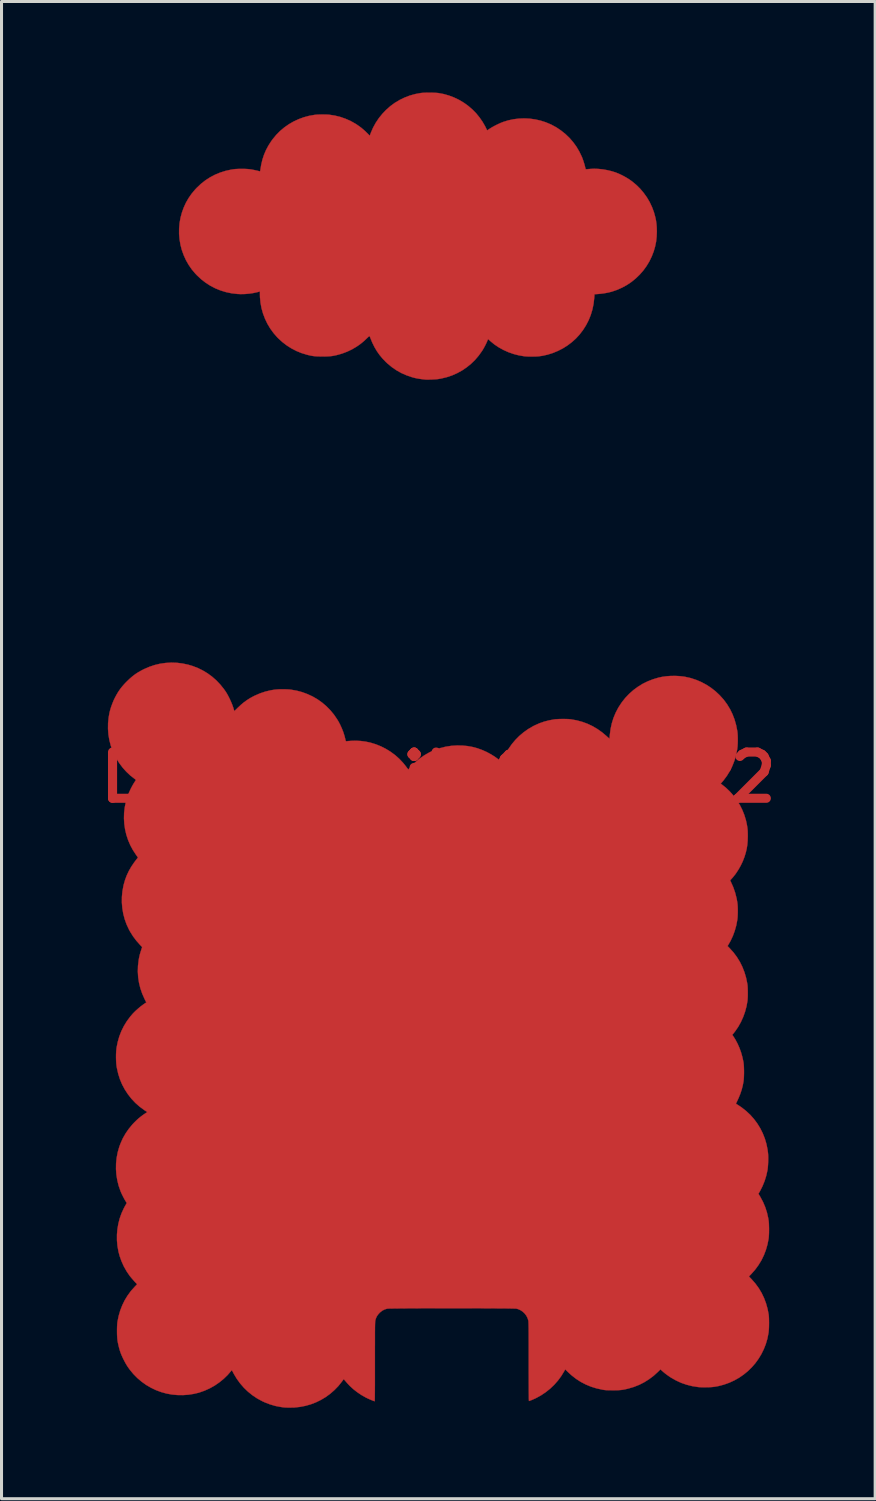
<source format=kicad_pcb>
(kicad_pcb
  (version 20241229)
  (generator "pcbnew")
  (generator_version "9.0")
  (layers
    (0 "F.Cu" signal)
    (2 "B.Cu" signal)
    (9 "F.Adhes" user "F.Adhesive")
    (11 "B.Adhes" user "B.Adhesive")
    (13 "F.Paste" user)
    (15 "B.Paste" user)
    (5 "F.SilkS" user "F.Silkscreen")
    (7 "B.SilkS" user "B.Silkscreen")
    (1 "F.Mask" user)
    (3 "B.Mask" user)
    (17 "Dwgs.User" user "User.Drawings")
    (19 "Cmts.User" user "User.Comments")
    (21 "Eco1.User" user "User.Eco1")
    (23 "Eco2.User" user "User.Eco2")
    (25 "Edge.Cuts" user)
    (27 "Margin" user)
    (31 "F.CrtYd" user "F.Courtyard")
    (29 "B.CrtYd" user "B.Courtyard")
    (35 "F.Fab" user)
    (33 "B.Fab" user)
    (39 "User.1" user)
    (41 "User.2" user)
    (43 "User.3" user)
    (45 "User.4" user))
  (footprint "LlamaWhiteCopper2"
    (layer "F.Cu")
    (at 11.401 22.578)
    (property "Reference" "LlamaWhiteCopper2" (at 0 0 0) (layer "F.Cu") (effects (font (size 1.524 1.524) (thickness 0.3))))
    (attr through_hole)
    (fp_poly (pts (xy -0.244 -22.573) (xy -0.168 -22.571) (xy -0.098 -22.568) (xy -0.037 -22.564) (xy 0.002 -22.56) (xy 0.179 -22.527) (xy 0.353 -22.477) (xy 0.523 -22.412) (xy 0.687 -22.333) (xy 0.844 -22.239) (xy 0.993 -22.131) (xy 1.132 -22.01) (xy 1.134 -22.008) (xy 1.249 -21.89) (xy 1.356 -21.758) (xy 1.453 -21.619) (xy 1.537 -21.475) (xy 1.556 -21.437) (xy 1.609 -21.33) (xy 1.7 -21.389) (xy 1.759 -21.426) (xy 1.829 -21.465) (xy 1.905 -21.505) (xy 1.983 -21.542) (xy 2.057 -21.576) (xy 2.123 -21.602) (xy 2.127 -21.604) (xy 2.298 -21.658) (xy 2.474 -21.696) (xy 2.653 -21.718) (xy 2.834 -21.725) (xy 3.014 -21.716) (xy 3.194 -21.691) (xy 3.371 -21.651) (xy 3.543 -21.596) (xy 3.711 -21.525) (xy 3.73 -21.516) (xy 3.895 -21.426) (xy 4.049 -21.322) (xy 4.193 -21.206) (xy 4.326 -21.078) (xy 4.446 -20.939) (xy 4.554 -20.79) (xy 4.648 -20.63) (xy 4.729 -20.462) (xy 4.747 -20.419) (xy 4.77 -20.355) (xy 4.794 -20.283) (xy 4.816 -20.211) (xy 4.834 -20.143) (xy 4.844 -20.099) (xy 4.851 -20.071) (xy 4.857 -20.055) (xy 4.865 -20.049) (xy 4.876 -20.048) (xy 4.892 -20.049) (xy 4.921 -20.051) (xy 4.959 -20.055) (xy 5.002 -20.058) (xy 5.009 -20.059) (xy 5.141 -20.065) (xy 5.281 -20.059) (xy 5.426 -20.044) (xy 5.571 -20.018) (xy 5.714 -19.984) (xy 5.85 -19.941) (xy 5.865 -19.935) (xy 5.969 -19.892) (xy 6.079 -19.839) (xy 6.19 -19.778) (xy 6.295 -19.713) (xy 6.384 -19.65) (xy 6.524 -19.534) (xy 6.654 -19.406) (xy 6.771 -19.267) (xy 6.877 -19.119) (xy 6.969 -18.962) (xy 7.046 -18.798) (xy 7.109 -18.629) (xy 7.155 -18.459) (xy 7.177 -18.351) (xy 7.191 -18.246) (xy 7.2 -18.139) (xy 7.203 -18.023) (xy 7.204 -17.998) (xy 7.197 -17.824) (xy 7.179 -17.659) (xy 7.146 -17.499) (xy 7.1 -17.341) (xy 7.039 -17.182) (xy 7.037 -17.177) (xy 6.958 -17.013) (xy 6.864 -16.857) (xy 6.757 -16.71) (xy 6.638 -16.574) (xy 6.508 -16.449) (xy 6.368 -16.335) (xy 6.218 -16.234) (xy 6.06 -16.147) (xy 5.894 -16.073) (xy 5.722 -16.014) (xy 5.603 -15.984) (xy 5.526 -15.969) (xy 5.439 -15.955) (xy 5.347 -15.943) (xy 5.256 -15.935) (xy 5.23 -15.933) (xy 5.149 -15.928) (xy 5.139 -15.799) (xy 5.117 -15.608) (xy 5.079 -15.423) (xy 5.025 -15.245) (xy 4.956 -15.073) (xy 4.871 -14.908) (xy 4.771 -14.75) (xy 4.656 -14.6) (xy 4.652 -14.595) (xy 4.532 -14.465) (xy 4.399 -14.346) (xy 4.256 -14.238) (xy 4.103 -14.142) (xy 3.942 -14.06) (xy 3.776 -13.991) (xy 3.604 -13.937) (xy 3.43 -13.898) (xy 3.308 -13.881) (xy 3.25 -13.877) (xy 3.18 -13.874) (xy 3.104 -13.873) (xy 3.025 -13.873) (xy 2.949 -13.875) (xy 2.881 -13.879) (xy 2.827 -13.884) (xy 2.651 -13.914) (xy 2.478 -13.959) (xy 2.309 -14.018) (xy 2.147 -14.091) (xy 1.993 -14.176) (xy 1.848 -14.273) (xy 1.715 -14.382) (xy 1.699 -14.397) (xy 1.674 -14.42) (xy 1.653 -14.437) (xy 1.641 -14.446) (xy 1.639 -14.447) (xy 1.635 -14.438) (xy 1.626 -14.417) (xy 1.614 -14.389) (xy 1.609 -14.376) (xy 1.581 -14.313) (xy 1.546 -14.242) (xy 1.507 -14.169) (xy 1.468 -14.101) (xy 1.442 -14.06) (xy 1.331 -13.905) (xy 1.21 -13.763) (xy 1.077 -13.634) (xy 0.934 -13.518) (xy 0.782 -13.415) (xy 0.622 -13.327) (xy 0.453 -13.252) (xy 0.276 -13.193) (xy 0.093 -13.149) (xy -0.013 -13.131) (xy -0.05 -13.127) (xy -0.098 -13.123) (xy -0.154 -13.12) (xy -0.214 -13.117) (xy -0.273 -13.115) (xy -0.33 -13.114) (xy -0.378 -13.114) (xy -0.415 -13.115) (xy -0.427 -13.115) (xy -0.531 -13.127) (xy -0.622 -13.139) (xy -0.704 -13.153) (xy -0.781 -13.17) (xy -0.856 -13.19) (xy -0.879 -13.197) (xy -1.056 -13.258) (xy -1.225 -13.333) (xy -1.386 -13.424) (xy -1.538 -13.529) (xy -1.682 -13.649) (xy -1.73 -13.694) (xy -1.84 -13.809) (xy -1.939 -13.928) (xy -2.027 -14.053) (xy -2.106 -14.187) (xy -2.178 -14.333) (xy -2.243 -14.491) (xy -2.263 -14.544) (xy -2.267 -14.548) (xy -2.274 -14.547) (xy -2.287 -14.538) (xy -2.308 -14.521) (xy -2.337 -14.493) (xy -2.365 -14.467) (xy -2.436 -14.399) (xy -2.502 -14.342) (xy -2.568 -14.289) (xy -2.64 -14.238) (xy -2.696 -14.2) (xy -2.846 -14.111) (xy -3.006 -14.035) (xy -3.172 -13.972) (xy -3.297 -13.936) (xy -3.367 -13.918) (xy -3.428 -13.905) (xy -3.485 -13.894) (xy -3.54 -13.887) (xy -3.598 -13.882) (xy -3.662 -13.878) (xy -3.736 -13.877) (xy -3.817 -13.876) (xy -3.903 -13.877) (xy -3.976 -13.879) (xy -4.04 -13.882) (xy -4.097 -13.887) (xy -4.153 -13.895) (xy -4.21 -13.905) (xy -4.272 -13.919) (xy -4.339 -13.936) (xy -4.512 -13.989) (xy -4.679 -14.057) (xy -4.841 -14.141) (xy -4.996 -14.239) (xy -5.141 -14.35) (xy -5.277 -14.474) (xy -5.312 -14.509) (xy -5.433 -14.648) (xy -5.541 -14.797) (xy -5.635 -14.954) (xy -5.714 -15.119) (xy -5.779 -15.29) (xy -5.829 -15.466) (xy -5.862 -15.646) (xy -5.88 -15.829) (xy -5.882 -15.93) (xy -5.882 -16.019) (xy -5.973 -15.995) (xy -6.101 -15.967) (xy -6.238 -15.947) (xy -6.379 -15.935) (xy -6.517 -15.932) (xy -6.624 -15.937) (xy -6.815 -15.959) (xy -7 -15.998) (xy -7.178 -16.052) (xy -7.348 -16.121) (xy -7.511 -16.205) (xy -7.666 -16.304) (xy -7.814 -16.418) (xy -7.953 -16.547) (xy -8.013 -16.61) (xy -8.13 -16.749) (xy -8.232 -16.897) (xy -8.321 -17.053) (xy -8.395 -17.216) (xy -8.456 -17.385) (xy -8.501 -17.558) (xy -8.531 -17.734) (xy -8.547 -17.913) (xy -8.546 -18.093) (xy -8.531 -18.273) (xy -8.499 -18.452) (xy -8.455 -18.616) (xy -8.394 -18.786) (xy -8.321 -18.945) (xy -8.235 -19.095) (xy -8.136 -19.238) (xy -8.021 -19.376) (xy -7.961 -19.44) (xy -7.825 -19.568) (xy -7.679 -19.683) (xy -7.524 -19.783) (xy -7.361 -19.869) (xy -7.191 -19.939) (xy -7.013 -19.995) (xy -6.828 -20.036) (xy -6.75 -20.048) (xy -6.685 -20.055) (xy -6.608 -20.059) (xy -6.524 -20.061) (xy -6.437 -20.061) (xy -6.353 -20.059) (xy -6.275 -20.054) (xy -6.21 -20.047) (xy -6.165 -20.041) (xy -6.114 -20.031) (xy -6.06 -20.021) (xy -6.007 -20.009) (xy -5.958 -19.998) (xy -5.919 -19.988) (xy -5.891 -19.98) (xy -5.889 -19.979) (xy -5.88 -19.978) (xy -5.875 -19.988) (xy -5.87 -20.01) (xy -5.87 -20.014) (xy -5.84 -20.195) (xy -5.8 -20.365) (xy -5.747 -20.526) (xy -5.682 -20.679) (xy -5.603 -20.827) (xy -5.51 -20.972) (xy -5.463 -21.037) (xy -5.347 -21.178) (xy -5.219 -21.308) (xy -5.08 -21.425) (xy -4.931 -21.53) (xy -4.774 -21.621) (xy -4.609 -21.698) (xy -4.438 -21.761) (xy -4.261 -21.809) (xy -4.079 -21.841) (xy -4.041 -21.845) (xy -3.994 -21.849) (xy -3.934 -21.851) (xy -3.867 -21.853) (xy -3.796 -21.853) (xy -3.727 -21.852) (xy -3.663 -21.85) (xy -3.61 -21.847) (xy -3.593 -21.845) (xy -3.411 -21.817) (xy -3.232 -21.773) (xy -3.06 -21.713) (xy -2.894 -21.64) (xy -2.737 -21.552) (xy -2.696 -21.526) (xy -2.615 -21.47) (xy -2.543 -21.417) (xy -2.477 -21.362) (xy -2.409 -21.301) (xy -2.36 -21.253) (xy -2.261 -21.155) (xy -2.226 -21.248) (xy -2.151 -21.42) (xy -2.062 -21.582) (xy -1.958 -21.737) (xy -1.84 -21.882) (xy -1.725 -22.002) (xy -1.586 -22.126) (xy -1.437 -22.236) (xy -1.279 -22.331) (xy -1.114 -22.411) (xy -0.942 -22.477) (xy -0.762 -22.527) (xy -0.58 -22.561) (xy -0.531 -22.566) (xy -0.47 -22.57) (xy -0.399 -22.572) (xy -0.322 -22.573) (xy -0.244 -22.573)) (stroke (width 0.01) (type solid)) (fill yes) (layer "F.Cu"))
    (fp_poly (pts (xy -8.62 -3.777) (xy -8.434 -3.754) (xy -8.249 -3.715) (xy -8.104 -3.672) (xy -7.932 -3.606) (xy -7.767 -3.525) (xy -7.609 -3.43) (xy -7.46 -3.321) (xy -7.32 -3.198) (xy -7.191 -3.062) (xy -7.072 -2.915) (xy -7.013 -2.831) (xy -6.966 -2.756) (xy -6.919 -2.669) (xy -6.872 -2.575) (xy -6.829 -2.478) (xy -6.79 -2.383) (xy -6.758 -2.292) (xy -6.737 -2.219) (xy -6.728 -2.182) (xy -6.608 -2.299) (xy -6.508 -2.392) (xy -6.411 -2.473) (xy -6.313 -2.544) (xy -6.21 -2.61) (xy -6.096 -2.672) (xy -6.047 -2.696) (xy -5.877 -2.77) (xy -5.7 -2.829) (xy -5.517 -2.872) (xy -5.392 -2.892) (xy -5.325 -2.898) (xy -5.245 -2.903) (xy -5.16 -2.905) (xy -5.072 -2.904) (xy -4.987 -2.902) (xy -4.911 -2.897) (xy -4.858 -2.891) (xy -4.67 -2.858) (xy -4.487 -2.809) (xy -4.312 -2.744) (xy -4.144 -2.666) (xy -3.984 -2.573) (xy -3.833 -2.466) (xy -3.692 -2.346) (xy -3.562 -2.214) (xy -3.442 -2.069) (xy -3.335 -1.912) (xy -3.296 -1.849) (xy -3.237 -1.737) (xy -3.182 -1.616) (xy -3.133 -1.491) (xy -3.094 -1.367) (xy -3.07 -1.273) (xy -3.06 -1.228) (xy -3.051 -1.2) (xy -3.043 -1.189) (xy -3.041 -1.189) (xy -3.03 -1.191) (xy -3.004 -1.193) (xy -2.968 -1.197) (xy -2.924 -1.2) (xy -2.891 -1.203) (xy -2.731 -1.208) (xy -2.566 -1.2) (xy -2.401 -1.179) (xy -2.24 -1.145) (xy -2.23 -1.142) (xy -2.057 -1.089) (xy -1.888 -1.02) (xy -1.725 -0.937) (xy -1.57 -0.841) (xy -1.424 -0.733) (xy -1.289 -0.613) (xy -1.166 -0.483) (xy -1.076 -0.372) (xy -1.053 -0.341) (xy -1.031 -0.311) (xy -1.014 -0.289) (xy -1.01 -0.283) (xy -0.991 -0.258) (xy -0.947 -0.309) (xy -0.895 -0.366) (xy -0.834 -0.428) (xy -0.768 -0.491) (xy -0.701 -0.551) (xy -0.639 -0.603) (xy -0.609 -0.626) (xy -0.452 -0.734) (xy -0.288 -0.827) (xy -0.118 -0.904) (xy 0.058 -0.965) (xy 0.238 -1.01) (xy 0.423 -1.039) (xy 0.612 -1.051) (xy 0.783 -1.049) (xy 0.955 -1.033) (xy 1.119 -1.004) (xy 1.279 -0.962) (xy 1.438 -0.905) (xy 1.587 -0.839) (xy 1.693 -0.783) (xy 1.796 -0.722) (xy 1.893 -0.658) (xy 1.981 -0.593) (xy 2.056 -0.528) (xy 2.063 -0.522) (xy 2.098 -0.488) (xy 2.107 -0.509) (xy 2.113 -0.524) (xy 2.124 -0.551) (xy 2.139 -0.587) (xy 2.155 -0.628) (xy 2.158 -0.635) (xy 2.232 -0.796) (xy 2.322 -0.951) (xy 2.425 -1.098) (xy 2.541 -1.236) (xy 2.669 -1.365) (xy 2.809 -1.483) (xy 2.957 -1.589) (xy 3.115 -1.682) (xy 3.178 -1.714) (xy 3.332 -1.783) (xy 3.49 -1.838) (xy 3.654 -1.88) (xy 3.815 -1.91) (xy 3.863 -1.916) (xy 3.925 -1.92) (xy 3.995 -1.923) (xy 4.07 -1.925) (xy 4.147 -1.925) (xy 4.22 -1.924) (xy 4.287 -1.921) (xy 4.343 -1.917) (xy 4.367 -1.914) (xy 4.559 -1.88) (xy 4.741 -1.831) (xy 4.916 -1.767) (xy 5.084 -1.688) (xy 5.245 -1.593) (xy 5.399 -1.484) (xy 5.546 -1.36) (xy 5.584 -1.325) (xy 5.611 -1.302) (xy 5.629 -1.288) (xy 5.64 -1.282) (xy 5.645 -1.283) (xy 5.645 -1.288) (xy 5.646 -1.304) (xy 5.648 -1.333) (xy 5.651 -1.37) (xy 5.654 -1.405) (xy 5.679 -1.597) (xy 5.719 -1.782) (xy 5.775 -1.961) (xy 5.847 -2.133) (xy 5.934 -2.299) (xy 5.944 -2.315) (xy 6.047 -2.472) (xy 6.163 -2.619) (xy 6.291 -2.753) (xy 6.429 -2.876) (xy 6.578 -2.986) (xy 6.735 -3.083) (xy 6.901 -3.165) (xy 7.075 -3.233) (xy 7.255 -3.287) (xy 7.38 -3.314) (xy 7.518 -3.333) (xy 7.665 -3.344) (xy 7.816 -3.345) (xy 7.965 -3.337) (xy 8.107 -3.32) (xy 8.144 -3.313) (xy 8.325 -3.272) (xy 8.501 -3.214) (xy 8.672 -3.141) (xy 8.835 -3.054) (xy 8.991 -2.952) (xy 9.137 -2.838) (xy 9.273 -2.711) (xy 9.398 -2.572) (xy 9.41 -2.558) (xy 9.521 -2.407) (xy 9.617 -2.248) (xy 9.698 -2.082) (xy 9.765 -1.907) (xy 9.817 -1.724) (xy 9.855 -1.532) (xy 9.858 -1.518) (xy 9.865 -1.453) (xy 9.87 -1.375) (xy 9.872 -1.29) (xy 9.872 -1.201) (xy 9.87 -1.113) (xy 9.865 -1.029) (xy 9.857 -0.955) (xy 9.853 -0.927) (xy 9.816 -0.738) (xy 9.763 -0.555) (xy 9.695 -0.38) (xy 9.612 -0.212) (xy 9.514 -0.052) (xy 9.402 0.099) (xy 9.352 0.158) (xy 9.309 0.207) (xy 9.333 0.224) (xy 9.476 0.338) (xy 9.609 0.465) (xy 9.731 0.602) (xy 9.84 0.75) (xy 9.937 0.906) (xy 10.019 1.069) (xy 10.087 1.238) (xy 10.14 1.412) (xy 10.16 1.501) (xy 10.175 1.577) (xy 10.186 1.644) (xy 10.194 1.709) (xy 10.199 1.774) (xy 10.201 1.846) (xy 10.202 1.929) (xy 10.202 1.947) (xy 10.198 2.091) (xy 10.186 2.225) (xy 10.166 2.353) (xy 10.136 2.48) (xy 10.096 2.61) (xy 10.093 2.62) (xy 10.037 2.765) (xy 9.969 2.908) (xy 9.89 3.047) (xy 9.804 3.177) (xy 9.711 3.295) (xy 9.662 3.35) (xy 9.62 3.395) (xy 9.64 3.435) (xy 9.721 3.617) (xy 9.786 3.804) (xy 9.834 3.995) (xy 9.857 4.126) (xy 9.865 4.191) (xy 9.87 4.268) (xy 9.872 4.353) (xy 9.872 4.441) (xy 9.87 4.528) (xy 9.866 4.608) (xy 9.859 4.677) (xy 9.857 4.693) (xy 9.823 4.876) (xy 9.773 5.055) (xy 9.71 5.228) (xy 9.633 5.392) (xy 9.55 5.537) (xy 9.535 5.561) (xy 9.603 5.631) (xy 9.729 5.771) (xy 9.841 5.921) (xy 9.939 6.079) (xy 10.022 6.246) (xy 10.091 6.422) (xy 10.145 6.604) (xy 10.184 6.794) (xy 10.192 6.847) (xy 10.196 6.891) (xy 10.199 6.948) (xy 10.201 7.014) (xy 10.202 7.085) (xy 10.202 7.157) (xy 10.201 7.226) (xy 10.198 7.289) (xy 10.194 7.341) (xy 10.192 7.364) (xy 10.16 7.547) (xy 10.112 7.726) (xy 10.05 7.9) (xy 9.974 8.067) (xy 9.885 8.226) (xy 9.783 8.374) (xy 9.743 8.426) (xy 9.691 8.489) (xy 9.72 8.529) (xy 9.795 8.648) (xy 9.865 8.78) (xy 9.927 8.921) (xy 9.981 9.07) (xy 10.024 9.223) (xy 10.057 9.378) (xy 10.061 9.399) (xy 10.067 9.451) (xy 10.072 9.516) (xy 10.075 9.591) (xy 10.077 9.671) (xy 10.077 9.753) (xy 10.075 9.833) (xy 10.072 9.908) (xy 10.067 9.973) (xy 10.061 10.025) (xy 10.061 10.025) (xy 10.033 10.172) (xy 9.997 10.308) (xy 9.952 10.441) (xy 9.897 10.575) (xy 9.868 10.638) (xy 9.848 10.68) (xy 9.832 10.715) (xy 9.819 10.742) (xy 9.813 10.758) (xy 9.812 10.761) (xy 9.834 10.774) (xy 9.866 10.793) (xy 9.904 10.818) (xy 9.943 10.844) (xy 9.981 10.87) (xy 10 10.883) (xy 10.147 10.999) (xy 10.283 11.126) (xy 10.406 11.265) (xy 10.516 11.413) (xy 10.612 11.569) (xy 10.695 11.734) (xy 10.763 11.907) (xy 10.816 12.085) (xy 10.853 12.269) (xy 10.868 12.381) (xy 10.873 12.445) (xy 10.875 12.52) (xy 10.875 12.603) (xy 10.873 12.688) (xy 10.869 12.772) (xy 10.863 12.85) (xy 10.856 12.917) (xy 10.851 12.949) (xy 10.811 13.13) (xy 10.756 13.307) (xy 10.687 13.477) (xy 10.606 13.638) (xy 10.587 13.671) (xy 10.553 13.727) (xy 10.615 13.831) (xy 10.703 13.996) (xy 10.776 14.167) (xy 10.833 14.344) (xy 10.875 14.529) (xy 10.888 14.61) (xy 10.894 14.658) (xy 10.898 14.719) (xy 10.9 14.79) (xy 10.902 14.866) (xy 10.902 14.944) (xy 10.901 15.02) (xy 10.898 15.09) (xy 10.894 15.152) (xy 10.889 15.2) (xy 10.889 15.203) (xy 10.852 15.393) (xy 10.8 15.576) (xy 10.733 15.751) (xy 10.652 15.919) (xy 10.555 16.078) (xy 10.445 16.228) (xy 10.323 16.367) (xy 10.239 16.454) (xy 10.329 16.547) (xy 10.452 16.688) (xy 10.562 16.838) (xy 10.657 16.997) (xy 10.737 17.164) (xy 10.803 17.34) (xy 10.854 17.523) (xy 10.889 17.705) (xy 10.895 17.759) (xy 10.899 17.827) (xy 10.901 17.903) (xy 10.902 17.985) (xy 10.901 18.068) (xy 10.899 18.149) (xy 10.894 18.224) (xy 10.888 18.289) (xy 10.884 18.32) (xy 10.848 18.504) (xy 10.796 18.682) (xy 10.729 18.852) (xy 10.649 19.015) (xy 10.555 19.17) (xy 10.449 19.316) (xy 10.331 19.451) (xy 10.203 19.576) (xy 10.063 19.69) (xy 9.915 19.792) (xy 9.757 19.881) (xy 9.591 19.957) (xy 9.417 20.019) (xy 9.237 20.067) (xy 9.116 20.089) (xy 9.052 20.097) (xy 8.975 20.103) (xy 8.891 20.107) (xy 8.804 20.108) (xy 8.718 20.108) (xy 8.638 20.105) (xy 8.568 20.1) (xy 8.554 20.098) (xy 8.365 20.068) (xy 8.183 20.022) (xy 8.006 19.961) (xy 7.837 19.883) (xy 7.673 19.79) (xy 7.633 19.764) (xy 7.556 19.711) (xy 7.481 19.655) (xy 7.413 19.599) (xy 7.367 19.558) (xy 7.323 19.517) (xy 7.238 19.601) (xy 7.096 19.73) (xy 6.945 19.843) (xy 6.787 19.942) (xy 6.62 20.027) (xy 6.445 20.096) (xy 6.263 20.15) (xy 6.253 20.152) (xy 6.183 20.169) (xy 6.121 20.182) (xy 6.062 20.192) (xy 6.004 20.198) (xy 5.942 20.203) (xy 5.872 20.206) (xy 5.792 20.207) (xy 5.743 20.207) (xy 5.673 20.206) (xy 5.617 20.206) (xy 5.571 20.204) (xy 5.532 20.202) (xy 5.497 20.199) (xy 5.463 20.195) (xy 5.427 20.189) (xy 5.4 20.184) (xy 5.211 20.142) (xy 5.031 20.086) (xy 4.86 20.015) (xy 4.697 19.93) (xy 4.542 19.83) (xy 4.393 19.714) (xy 4.282 19.613) (xy 4.183 19.517) (xy 4.148 19.581) (xy 4.052 19.738) (xy 3.942 19.887) (xy 3.819 20.026) (xy 3.685 20.154) (xy 3.539 20.27) (xy 3.384 20.374) (xy 3.233 20.457) (xy 3.193 20.477) (xy 3.149 20.496) (xy 3.105 20.516) (xy 3.064 20.533) (xy 3.028 20.547) (xy 3.002 20.556) (xy 2.988 20.559) (xy 2.987 20.552) (xy 2.986 20.53) (xy 2.984 20.494) (xy 2.983 20.443) (xy 2.983 20.376) (xy 2.982 20.295) (xy 2.981 20.198) (xy 2.981 20.086) (xy 2.98 19.957) (xy 2.98 19.813) (xy 2.979 19.652) (xy 2.979 19.475) (xy 2.979 19.281) (xy 2.979 19.262) (xy 2.979 19.085) (xy 2.979 18.924) (xy 2.979 18.778) (xy 2.979 18.648) (xy 2.978 18.531) (xy 2.978 18.426) (xy 2.978 18.335) (xy 2.977 18.254) (xy 2.977 18.184) (xy 2.976 18.124) (xy 2.975 18.074) (xy 2.974 18.031) (xy 2.973 17.996) (xy 2.972 17.967) (xy 2.971 17.945) (xy 2.97 17.928) (xy 2.968 17.915) (xy 2.967 17.906) (xy 2.94 17.823) (xy 2.9 17.745) (xy 2.846 17.675) (xy 2.782 17.614) (xy 2.709 17.566) (xy 2.628 17.53) (xy 2.576 17.516) (xy 2.561 17.514) (xy 2.529 17.513) (xy 2.483 17.512) (xy 2.422 17.511) (xy 2.348 17.509) (xy 2.262 17.508) (xy 2.164 17.507) (xy 2.055 17.506) (xy 1.937 17.506) (xy 1.809 17.505) (xy 1.674 17.504) (xy 1.532 17.504) (xy 1.384 17.503) (xy 1.23 17.503) (xy 1.072 17.502) (xy 0.911 17.502) (xy 0.747 17.502) (xy 0.582 17.502) (xy 0.415 17.502) (xy 0.249 17.502) (xy 0.084 17.502) (xy -0.079 17.502) (xy -0.239 17.503) (xy -0.396 17.503) (xy -0.548 17.503) (xy -0.694 17.504) (xy -0.834 17.505) (xy -0.967 17.505) (xy -1.091 17.506) (xy -1.206 17.507) (xy -1.311 17.508) (xy -1.405 17.509) (xy -1.487 17.51) (xy -1.557 17.511) (xy -1.613 17.512) (xy -1.654 17.514) (xy -1.68 17.515) (xy -1.689 17.516) (xy -1.772 17.542) (xy -1.849 17.582) (xy -1.92 17.638) (xy -1.938 17.655) (xy -1.992 17.716) (xy -2.032 17.777) (xy -2.061 17.845) (xy -2.074 17.889) (xy -2.076 17.898) (xy -2.078 17.908) (xy -2.08 17.918) (xy -2.082 17.931) (xy -2.083 17.947) (xy -2.084 17.967) (xy -2.085 17.991) (xy -2.086 18.02) (xy -2.087 18.056) (xy -2.088 18.098) (xy -2.089 18.149) (xy -2.089 18.208) (xy -2.09 18.277) (xy -2.09 18.356) (xy -2.09 18.447) (xy -2.09 18.549) (xy -2.09 18.664) (xy -2.091 18.793) (xy -2.091 18.936) (xy -2.091 19.095) (xy -2.091 19.261) (xy -2.091 19.446) (xy -2.091 19.614) (xy -2.091 19.766) (xy -2.091 19.904) (xy -2.091 20.026) (xy -2.092 20.135) (xy -2.092 20.23) (xy -2.093 20.311) (xy -2.094 20.381) (xy -2.094 20.438) (xy -2.095 20.485) (xy -2.096 20.52) (xy -2.097 20.545) (xy -2.099 20.561) (xy -2.1 20.567) (xy -2.1 20.567) (xy -2.115 20.564) (xy -2.143 20.554) (xy -2.179 20.54) (xy -2.222 20.522) (xy -2.269 20.502) (xy -2.316 20.481) (xy -2.36 20.46) (xy -2.399 20.441) (xy -2.404 20.438) (xy -2.543 20.358) (xy -2.677 20.267) (xy -2.804 20.168) (xy -2.919 20.062) (xy -3.009 19.966) (xy -3.037 19.933) (xy -3.064 19.902) (xy -3.085 19.877) (xy -3.098 19.863) (xy -3.119 19.838) (xy -3.18 19.921) (xy -3.297 20.067) (xy -3.426 20.2) (xy -3.565 20.321) (xy -3.713 20.429) (xy -3.87 20.523) (xy -4.034 20.603) (xy -4.205 20.669) (xy -4.381 20.719) (xy -4.562 20.754) (xy -4.746 20.774) (xy -4.892 20.777) (xy -4.942 20.777) (xy -4.989 20.776) (xy -5.03 20.775) (xy -5.059 20.773) (xy -5.07 20.773) (xy -5.111 20.768) (xy -5.164 20.761) (xy -5.223 20.751) (xy -5.284 20.74) (xy -5.341 20.729) (xy -5.39 20.718) (xy -5.399 20.715) (xy -5.56 20.667) (xy -5.72 20.605) (xy -5.81 20.563) (xy -5.976 20.473) (xy -6.132 20.368) (xy -6.277 20.251) (xy -6.411 20.122) (xy -6.534 19.98) (xy -6.645 19.827) (xy -6.743 19.664) (xy -6.755 19.64) (xy -6.808 19.54) (xy -6.824 19.561) (xy -6.945 19.701) (xy -7.078 19.83) (xy -7.222 19.947) (xy -7.375 20.052) (xy -7.536 20.142) (xy -7.704 20.218) (xy -7.878 20.279) (xy -7.893 20.284) (xy -8.064 20.325) (xy -8.237 20.352) (xy -8.415 20.365) (xy -8.6 20.363) (xy -8.784 20.346) (xy -8.965 20.313) (xy -9.141 20.264) (xy -9.312 20.2) (xy -9.476 20.121) (xy -9.634 20.029) (xy -9.783 19.922) (xy -9.923 19.803) (xy -10.053 19.671) (xy -10.172 19.527) (xy -10.247 19.422) (xy -10.283 19.364) (xy -10.322 19.296) (xy -10.362 19.22) (xy -10.401 19.143) (xy -10.435 19.067) (xy -10.464 18.998) (xy -10.474 18.972) (xy -10.5 18.895) (xy -10.525 18.808) (xy -10.547 18.715) (xy -10.567 18.624) (xy -10.577 18.565) (xy -10.583 18.509) (xy -10.588 18.439) (xy -10.592 18.362) (xy -10.593 18.279) (xy -10.593 18.195) (xy -10.591 18.115) (xy -10.587 18.041) (xy -10.582 17.978) (xy -10.578 17.947) (xy -10.54 17.758) (xy -10.487 17.576) (xy -10.419 17.402) (xy -10.338 17.236) (xy -10.242 17.079) (xy -10.133 16.931) (xy -10.01 16.794) (xy -10.003 16.786) (xy -9.971 16.754) (xy -9.95 16.731) (xy -9.938 16.717) (xy -9.934 16.707) (xy -9.936 16.701) (xy -9.942 16.695) (xy -9.942 16.695) (xy -9.956 16.683) (xy -9.977 16.661) (xy -10.006 16.63) (xy -10.038 16.595) (xy -10.072 16.556) (xy -10.105 16.518) (xy -10.136 16.481) (xy -10.162 16.449) (xy -10.173 16.436) (xy -10.277 16.284) (xy -10.368 16.123) (xy -10.444 15.955) (xy -10.506 15.782) (xy -10.547 15.627) (xy -10.579 15.445) (xy -10.595 15.261) (xy -10.595 15.077) (xy -10.58 14.895) (xy -10.549 14.715) (xy -10.504 14.539) (xy -10.443 14.368) (xy -10.368 14.205) (xy -10.33 14.134) (xy -10.309 14.098) (xy -10.292 14.067) (xy -10.28 14.044) (xy -10.275 14.032) (xy -10.275 14.032) (xy -10.279 14.022) (xy -10.291 14.002) (xy -10.307 13.976) (xy -10.312 13.968) (xy -10.337 13.927) (xy -10.366 13.874) (xy -10.396 13.816) (xy -10.426 13.756) (xy -10.453 13.699) (xy -10.474 13.649) (xy -10.476 13.644) (xy -10.539 13.464) (xy -10.584 13.282) (xy -10.614 13.097) (xy -10.627 12.911) (xy -10.624 12.725) (xy -10.605 12.541) (xy -10.57 12.358) (xy -10.518 12.178) (xy -10.478 12.07) (xy -10.402 11.9) (xy -10.31 11.739) (xy -10.204 11.586) (xy -10.083 11.44) (xy -10.013 11.366) (xy -9.94 11.295) (xy -9.872 11.234) (xy -9.803 11.179) (xy -9.729 11.124) (xy -9.676 11.088) (xy -9.597 11.035) (xy -9.696 10.968) (xy -9.849 10.855) (xy -9.99 10.73) (xy -10.118 10.594) (xy -10.234 10.446) (xy -10.336 10.29) (xy -10.424 10.126) (xy -10.496 9.955) (xy -10.553 9.777) (xy -10.595 9.592) (xy -10.607 9.526) (xy -10.617 9.44) (xy -10.623 9.342) (xy -10.626 9.238) (xy -10.625 9.133) (xy -10.62 9.032) (xy -10.611 8.94) (xy -10.607 8.908) (xy -10.569 8.72) (xy -10.517 8.538) (xy -10.449 8.364) (xy -10.366 8.197) (xy -10.268 8.037) (xy -10.154 7.884) (xy -10.078 7.795) (xy -10.022 7.737) (xy -9.956 7.674) (xy -9.884 7.611) (xy -9.811 7.55) (xy -9.739 7.496) (xy -9.674 7.45) (xy -9.666 7.445) (xy -9.627 7.421) (xy -9.687 7.301) (xy -9.763 7.129) (xy -9.824 6.951) (xy -9.868 6.771) (xy -9.896 6.587) (xy -9.907 6.402) (xy -9.902 6.216) (xy -9.88 6.03) (xy -9.878 6.015) (xy -9.867 5.954) (xy -9.856 5.902) (xy -9.845 5.854) (xy -9.831 5.804) (xy -9.814 5.747) (xy -9.799 5.702) (xy -9.765 5.594) (xy -9.824 5.533) (xy -9.95 5.392) (xy -10.063 5.242) (xy -10.162 5.084) (xy -10.198 5.019) (xy -10.277 4.85) (xy -10.34 4.675) (xy -10.387 4.496) (xy -10.418 4.314) (xy -10.433 4.129) (xy -10.432 3.943) (xy -10.415 3.758) (xy -10.381 3.573) (xy -10.372 3.534) (xy -10.327 3.378) (xy -10.271 3.229) (xy -10.203 3.085) (xy -10.122 2.944) (xy -10.026 2.802) (xy -9.924 2.669) (xy -9.902 2.643) (xy -9.962 2.56) (xy -10.065 2.403) (xy -10.154 2.239) (xy -10.227 2.069) (xy -10.285 1.894) (xy -10.327 1.715) (xy -10.353 1.533) (xy -10.364 1.35) (xy -10.359 1.165) (xy -10.337 0.981) (xy -10.299 0.797) (xy -10.249 0.627) (xy -10.225 0.565) (xy -10.195 0.494) (xy -10.16 0.418) (xy -10.123 0.342) (xy -10.085 0.271) (xy -10.049 0.209) (xy -10.03 0.178) (xy -10.008 0.145) (xy -9.99 0.117) (xy -9.978 0.097) (xy -9.974 0.089) (xy -9.978 0.079) (xy -9.993 0.064) (xy -10.01 0.051) (xy -10.15 -0.058) (xy -10.281 -0.181) (xy -10.403 -0.316) (xy -10.513 -0.461) (xy -10.611 -0.615) (xy -10.695 -0.776) (xy -10.735 -0.868) (xy -10.798 -1.045) (xy -10.845 -1.226) (xy -10.876 -1.411) (xy -10.89 -1.598) (xy -10.888 -1.786) (xy -10.869 -1.975) (xy -10.842 -2.129) (xy -10.818 -2.223) (xy -10.787 -2.325) (xy -10.749 -2.428) (xy -10.709 -2.528) (xy -10.678 -2.594) (xy -10.617 -2.711) (xy -10.555 -2.816) (xy -10.488 -2.913) (xy -10.415 -3.006) (xy -10.332 -3.099) (xy -10.271 -3.161) (xy -10.175 -3.253) (xy -10.082 -3.333) (xy -9.988 -3.404) (xy -9.889 -3.468) (xy -9.78 -3.529) (xy -9.704 -3.568) (xy -9.531 -3.643) (xy -9.354 -3.703) (xy -9.174 -3.746) (xy -8.991 -3.772) (xy -8.806 -3.783) (xy -8.62 -3.777)) (stroke (width 0.01) (type solid)) (fill yes) (layer "F.Cu")))
  (gr_rect
    (start -3 -3)
    (end 25.802 46.36)
    (stroke (width 0.1) (type default))
    (fill no)
    (layer "Edge.Cuts")))
</source>
